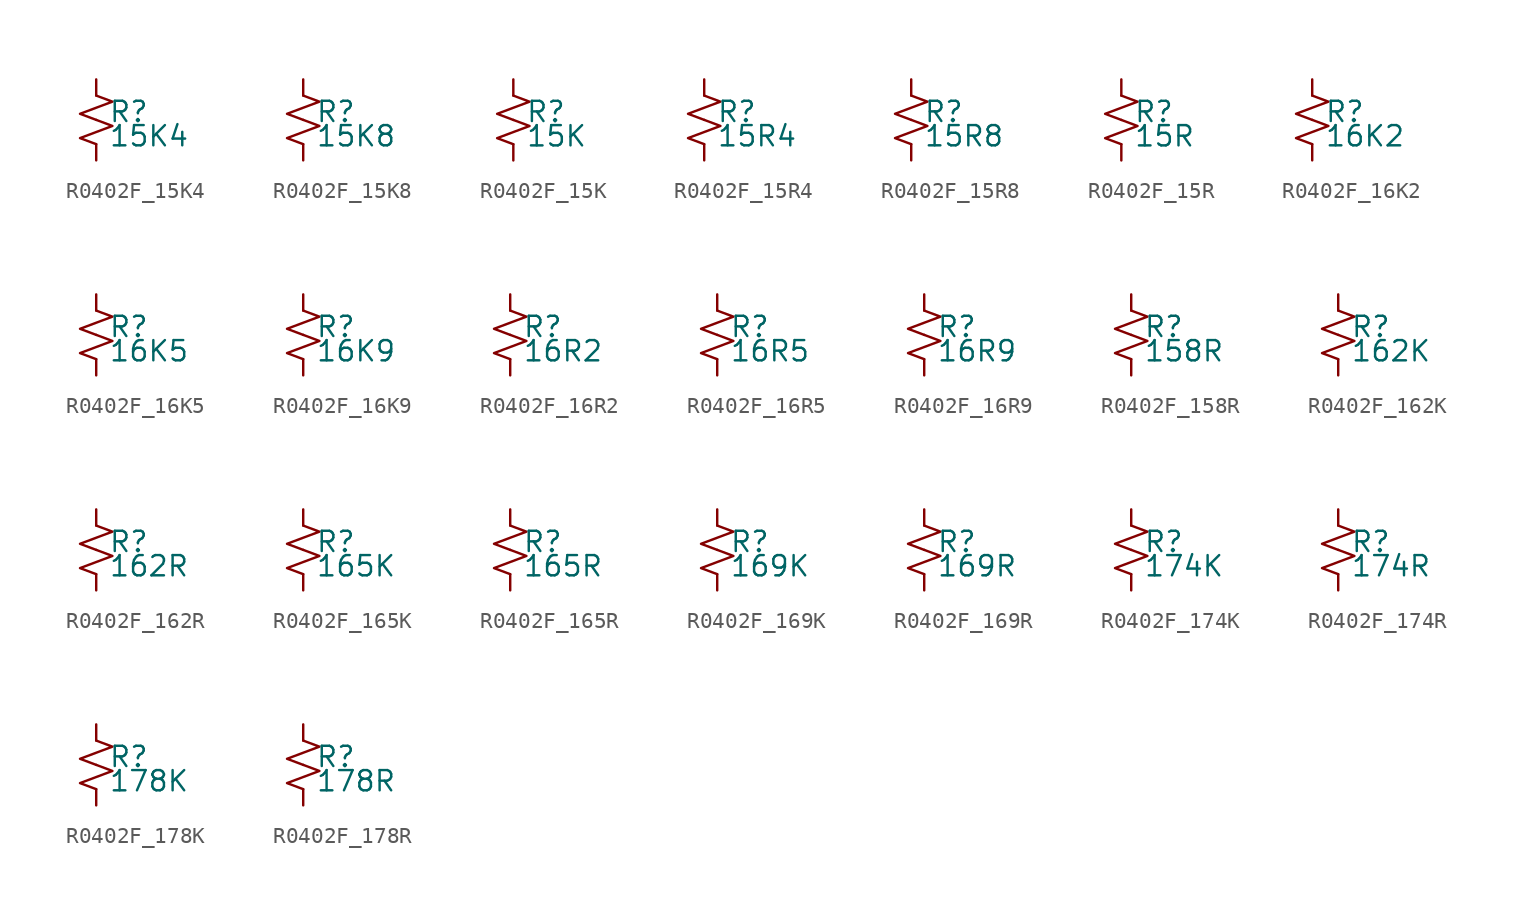
<source format=kicad_sym>
(kicad_symbol_lib
  (version 20220914)
  (generator kicad_symbol_editor)
  (symbol "R0402F_15K4"
    (pin_numbers hide)
    (pin_names
      (offset 0.254) hide)
    (property "Reference" "R"
      (at 0.762 0.508 0)
      (effects (font (size 1.27 1.27)) (justify left)))
    (property "Value" "15K4"
      (at 0.762 -1.016 0)
      (effects (font (size 1.27 1.27)) (justify left)))
    (symbol "R0402F_15K4_1_1"
      (polyline (pts (xy 0 0) (xy 1.016 -0.381) (xy 0 -0.762) (xy -1.016 -1.143) (xy 0 -1.524)) (stroke (width 0) (type default)) (fill (type none)))
      (polyline (pts (xy 0 1.524) (xy 1.016 1.143) (xy 0 0.762) (xy -1.016 0.381) (xy 0 0)) (stroke (width 0) (type default)) (fill (type none)))
      (pin passive line (at 0 2.54 270) (length 1.016) (name "~" (effects (font (size 1.27 1.27)))) (number "1" (effects (font (size 1.27 1.27)))))
      (pin passive line (at 0 -2.54 90) (length 1.016) (name "~" (effects (font (size 1.27 1.27)))) (number "2" (effects (font (size 1.27 1.27)))))))
  (symbol "R0402F_15K8"
    (pin_numbers hide)
    (pin_names
      (offset 0.254) hide)
    (property "Reference" "R"
      (at 0.762 0.508 0)
      (effects (font (size 1.27 1.27)) (justify left)))
    (property "Value" "15K8"
      (at 0.762 -1.016 0)
      (effects (font (size 1.27 1.27)) (justify left)))
    (symbol "R0402F_15K8_1_1"
      (polyline (pts (xy 0 0) (xy 1.016 -0.381) (xy 0 -0.762) (xy -1.016 -1.143) (xy 0 -1.524)) (stroke (width 0) (type default)) (fill (type none)))
      (polyline (pts (xy 0 1.524) (xy 1.016 1.143) (xy 0 0.762) (xy -1.016 0.381) (xy 0 0)) (stroke (width 0) (type default)) (fill (type none)))
      (pin passive line (at 0 2.54 270) (length 1.016) (name "~" (effects (font (size 1.27 1.27)))) (number "1" (effects (font (size 1.27 1.27)))))
      (pin passive line (at 0 -2.54 90) (length 1.016) (name "~" (effects (font (size 1.27 1.27)))) (number "2" (effects (font (size 1.27 1.27)))))))
  (symbol "R0402F_15K"
    (pin_numbers hide)
    (pin_names
      (offset 0.254) hide)
    (property "Reference" "R"
      (at 0.762 0.508 0)
      (effects (font (size 1.27 1.27)) (justify left)))
    (property "Value" "15K"
      (at 0.762 -1.016 0)
      (effects (font (size 1.27 1.27)) (justify left)))
    (symbol "R0402F_15K_1_1"
      (polyline (pts (xy 0 0) (xy 1.016 -0.381) (xy 0 -0.762) (xy -1.016 -1.143) (xy 0 -1.524)) (stroke (width 0) (type default)) (fill (type none)))
      (polyline (pts (xy 0 1.524) (xy 1.016 1.143) (xy 0 0.762) (xy -1.016 0.381) (xy 0 0)) (stroke (width 0) (type default)) (fill (type none)))
      (pin passive line (at 0 2.54 270) (length 1.016) (name "~" (effects (font (size 1.27 1.27)))) (number "1" (effects (font (size 1.27 1.27)))))
      (pin passive line (at 0 -2.54 90) (length 1.016) (name "~" (effects (font (size 1.27 1.27)))) (number "2" (effects (font (size 1.27 1.27)))))))
  (symbol "R0402F_15R4"
    (pin_numbers hide)
    (pin_names
      (offset 0.254) hide)
    (property "Reference" "R"
      (at 0.762 0.508 0)
      (effects (font (size 1.27 1.27)) (justify left)))
    (property "Value" "15R4"
      (at 0.762 -1.016 0)
      (effects (font (size 1.27 1.27)) (justify left)))
    (symbol "R0402F_15R4_1_1"
      (polyline (pts (xy 0 0) (xy 1.016 -0.381) (xy 0 -0.762) (xy -1.016 -1.143) (xy 0 -1.524)) (stroke (width 0) (type default)) (fill (type none)))
      (polyline (pts (xy 0 1.524) (xy 1.016 1.143) (xy 0 0.762) (xy -1.016 0.381) (xy 0 0)) (stroke (width 0) (type default)) (fill (type none)))
      (pin passive line (at 0 2.54 270) (length 1.016) (name "~" (effects (font (size 1.27 1.27)))) (number "1" (effects (font (size 1.27 1.27)))))
      (pin passive line (at 0 -2.54 90) (length 1.016) (name "~" (effects (font (size 1.27 1.27)))) (number "2" (effects (font (size 1.27 1.27)))))))
  (symbol "R0402F_15R8"
    (pin_numbers hide)
    (pin_names
      (offset 0.254) hide)
    (property "Reference" "R"
      (at 0.762 0.508 0)
      (effects (font (size 1.27 1.27)) (justify left)))
    (property "Value" "15R8"
      (at 0.762 -1.016 0)
      (effects (font (size 1.27 1.27)) (justify left)))
    (symbol "R0402F_15R8_1_1"
      (polyline (pts (xy 0 0) (xy 1.016 -0.381) (xy 0 -0.762) (xy -1.016 -1.143) (xy 0 -1.524)) (stroke (width 0) (type default)) (fill (type none)))
      (polyline (pts (xy 0 1.524) (xy 1.016 1.143) (xy 0 0.762) (xy -1.016 0.381) (xy 0 0)) (stroke (width 0) (type default)) (fill (type none)))
      (pin passive line (at 0 2.54 270) (length 1.016) (name "~" (effects (font (size 1.27 1.27)))) (number "1" (effects (font (size 1.27 1.27)))))
      (pin passive line (at 0 -2.54 90) (length 1.016) (name "~" (effects (font (size 1.27 1.27)))) (number "2" (effects (font (size 1.27 1.27)))))))
  (symbol "R0402F_15R"
    (pin_numbers hide)
    (pin_names
      (offset 0.254) hide)
    (property "Reference" "R"
      (at 0.762 0.508 0)
      (effects (font (size 1.27 1.27)) (justify left)))
    (property "Value" "15R"
      (at 0.762 -1.016 0)
      (effects (font (size 1.27 1.27)) (justify left)))
    (symbol "R0402F_15R_1_1"
      (polyline (pts (xy 0 0) (xy 1.016 -0.381) (xy 0 -0.762) (xy -1.016 -1.143) (xy 0 -1.524)) (stroke (width 0) (type default)) (fill (type none)))
      (polyline (pts (xy 0 1.524) (xy 1.016 1.143) (xy 0 0.762) (xy -1.016 0.381) (xy 0 0)) (stroke (width 0) (type default)) (fill (type none)))
      (pin passive line (at 0 2.54 270) (length 1.016) (name "~" (effects (font (size 1.27 1.27)))) (number "1" (effects (font (size 1.27 1.27)))))
      (pin passive line (at 0 -2.54 90) (length 1.016) (name "~" (effects (font (size 1.27 1.27)))) (number "2" (effects (font (size 1.27 1.27)))))))
  (symbol "R0402F_16K2"
    (pin_numbers hide)
    (pin_names
      (offset 0.254) hide)
    (property "Reference" "R"
      (at 0.762 0.508 0)
      (effects (font (size 1.27 1.27)) (justify left)))
    (property "Value" "16K2"
      (at 0.762 -1.016 0)
      (effects (font (size 1.27 1.27)) (justify left)))
    (symbol "R0402F_16K2_1_1"
      (polyline (pts (xy 0 0) (xy 1.016 -0.381) (xy 0 -0.762) (xy -1.016 -1.143) (xy 0 -1.524)) (stroke (width 0) (type default)) (fill (type none)))
      (polyline (pts (xy 0 1.524) (xy 1.016 1.143) (xy 0 0.762) (xy -1.016 0.381) (xy 0 0)) (stroke (width 0) (type default)) (fill (type none)))
      (pin passive line (at 0 2.54 270) (length 1.016) (name "~" (effects (font (size 1.27 1.27)))) (number "1" (effects (font (size 1.27 1.27)))))
      (pin passive line (at 0 -2.54 90) (length 1.016) (name "~" (effects (font (size 1.27 1.27)))) (number "2" (effects (font (size 1.27 1.27)))))))
  (symbol "R0402F_16K5"
    (pin_numbers hide)
    (pin_names
      (offset 0.254) hide)
    (property "Reference" "R"
      (at 0.762 0.508 0)
      (effects (font (size 1.27 1.27)) (justify left)))
    (property "Value" "16K5"
      (at 0.762 -1.016 0)
      (effects (font (size 1.27 1.27)) (justify left)))
    (symbol "R0402F_16K5_1_1"
      (polyline (pts (xy 0 0) (xy 1.016 -0.381) (xy 0 -0.762) (xy -1.016 -1.143) (xy 0 -1.524)) (stroke (width 0) (type default)) (fill (type none)))
      (polyline (pts (xy 0 1.524) (xy 1.016 1.143) (xy 0 0.762) (xy -1.016 0.381) (xy 0 0)) (stroke (width 0) (type default)) (fill (type none)))
      (pin passive line (at 0 2.54 270) (length 1.016) (name "~" (effects (font (size 1.27 1.27)))) (number "1" (effects (font (size 1.27 1.27)))))
      (pin passive line (at 0 -2.54 90) (length 1.016) (name "~" (effects (font (size 1.27 1.27)))) (number "2" (effects (font (size 1.27 1.27)))))))
  (symbol "R0402F_16K9"
    (pin_numbers hide)
    (pin_names
      (offset 0.254) hide)
    (property "Reference" "R"
      (at 0.762 0.508 0)
      (effects (font (size 1.27 1.27)) (justify left)))
    (property "Value" "16K9"
      (at 0.762 -1.016 0)
      (effects (font (size 1.27 1.27)) (justify left)))
    (symbol "R0402F_16K9_1_1"
      (polyline (pts (xy 0 0) (xy 1.016 -0.381) (xy 0 -0.762) (xy -1.016 -1.143) (xy 0 -1.524)) (stroke (width 0) (type default)) (fill (type none)))
      (polyline (pts (xy 0 1.524) (xy 1.016 1.143) (xy 0 0.762) (xy -1.016 0.381) (xy 0 0)) (stroke (width 0) (type default)) (fill (type none)))
      (pin passive line (at 0 2.54 270) (length 1.016) (name "~" (effects (font (size 1.27 1.27)))) (number "1" (effects (font (size 1.27 1.27)))))
      (pin passive line (at 0 -2.54 90) (length 1.016) (name "~" (effects (font (size 1.27 1.27)))) (number "2" (effects (font (size 1.27 1.27)))))))
  (symbol "R0402F_16R2"
    (pin_numbers hide)
    (pin_names
      (offset 0.254) hide)
    (property "Reference" "R"
      (at 0.762 0.508 0)
      (effects (font (size 1.27 1.27)) (justify left)))
    (property "Value" "16R2"
      (at 0.762 -1.016 0)
      (effects (font (size 1.27 1.27)) (justify left)))
    (symbol "R0402F_16R2_1_1"
      (polyline (pts (xy 0 0) (xy 1.016 -0.381) (xy 0 -0.762) (xy -1.016 -1.143) (xy 0 -1.524)) (stroke (width 0) (type default)) (fill (type none)))
      (polyline (pts (xy 0 1.524) (xy 1.016 1.143) (xy 0 0.762) (xy -1.016 0.381) (xy 0 0)) (stroke (width 0) (type default)) (fill (type none)))
      (pin passive line (at 0 2.54 270) (length 1.016) (name "~" (effects (font (size 1.27 1.27)))) (number "1" (effects (font (size 1.27 1.27)))))
      (pin passive line (at 0 -2.54 90) (length 1.016) (name "~" (effects (font (size 1.27 1.27)))) (number "2" (effects (font (size 1.27 1.27)))))))
  (symbol "R0402F_16R5"
    (pin_numbers hide)
    (pin_names
      (offset 0.254) hide)
    (property "Reference" "R"
      (at 0.762 0.508 0)
      (effects (font (size 1.27 1.27)) (justify left)))
    (property "Value" "16R5"
      (at 0.762 -1.016 0)
      (effects (font (size 1.27 1.27)) (justify left)))
    (symbol "R0402F_16R5_1_1"
      (polyline (pts (xy 0 0) (xy 1.016 -0.381) (xy 0 -0.762) (xy -1.016 -1.143) (xy 0 -1.524)) (stroke (width 0) (type default)) (fill (type none)))
      (polyline (pts (xy 0 1.524) (xy 1.016 1.143) (xy 0 0.762) (xy -1.016 0.381) (xy 0 0)) (stroke (width 0) (type default)) (fill (type none)))
      (pin passive line (at 0 2.54 270) (length 1.016) (name "~" (effects (font (size 1.27 1.27)))) (number "1" (effects (font (size 1.27 1.27)))))
      (pin passive line (at 0 -2.54 90) (length 1.016) (name "~" (effects (font (size 1.27 1.27)))) (number "2" (effects (font (size 1.27 1.27)))))))
  (symbol "R0402F_16R9"
    (pin_numbers hide)
    (pin_names
      (offset 0.254) hide)
    (property "Reference" "R"
      (at 0.762 0.508 0)
      (effects (font (size 1.27 1.27)) (justify left)))
    (property "Value" "16R9"
      (at 0.762 -1.016 0)
      (effects (font (size 1.27 1.27)) (justify left)))
    (symbol "R0402F_16R9_1_1"
      (polyline (pts (xy 0 0) (xy 1.016 -0.381) (xy 0 -0.762) (xy -1.016 -1.143) (xy 0 -1.524)) (stroke (width 0) (type default)) (fill (type none)))
      (polyline (pts (xy 0 1.524) (xy 1.016 1.143) (xy 0 0.762) (xy -1.016 0.381) (xy 0 0)) (stroke (width 0) (type default)) (fill (type none)))
      (pin passive line (at 0 2.54 270) (length 1.016) (name "~" (effects (font (size 1.27 1.27)))) (number "1" (effects (font (size 1.27 1.27)))))
      (pin passive line (at 0 -2.54 90) (length 1.016) (name "~" (effects (font (size 1.27 1.27)))) (number "2" (effects (font (size 1.27 1.27)))))))
  (symbol "R0402F_158R"
    (pin_numbers hide)
    (pin_names
      (offset 0.254) hide)
    (property "Reference" "R"
      (at 0.762 0.508 0)
      (effects (font (size 1.27 1.27)) (justify left)))
    (property "Value" "158R"
      (at 0.762 -1.016 0)
      (effects (font (size 1.27 1.27)) (justify left)))
    (symbol "R0402F_158R_1_1"
      (polyline (pts (xy 0 0) (xy 1.016 -0.381) (xy 0 -0.762) (xy -1.016 -1.143) (xy 0 -1.524)) (stroke (width 0) (type default)) (fill (type none)))
      (polyline (pts (xy 0 1.524) (xy 1.016 1.143) (xy 0 0.762) (xy -1.016 0.381) (xy 0 0)) (stroke (width 0) (type default)) (fill (type none)))
      (pin passive line (at 0 2.54 270) (length 1.016) (name "~" (effects (font (size 1.27 1.27)))) (number "1" (effects (font (size 1.27 1.27)))))
      (pin passive line (at 0 -2.54 90) (length 1.016) (name "~" (effects (font (size 1.27 1.27)))) (number "2" (effects (font (size 1.27 1.27)))))))
  (symbol "R0402F_162K"
    (pin_numbers hide)
    (pin_names
      (offset 0.254) hide)
    (property "Reference" "R"
      (at 0.762 0.508 0)
      (effects (font (size 1.27 1.27)) (justify left)))
    (property "Value" "162K"
      (at 0.762 -1.016 0)
      (effects (font (size 1.27 1.27)) (justify left)))
    (symbol "R0402F_162K_1_1"
      (polyline (pts (xy 0 0) (xy 1.016 -0.381) (xy 0 -0.762) (xy -1.016 -1.143) (xy 0 -1.524)) (stroke (width 0) (type default)) (fill (type none)))
      (polyline (pts (xy 0 1.524) (xy 1.016 1.143) (xy 0 0.762) (xy -1.016 0.381) (xy 0 0)) (stroke (width 0) (type default)) (fill (type none)))
      (pin passive line (at 0 2.54 270) (length 1.016) (name "~" (effects (font (size 1.27 1.27)))) (number "1" (effects (font (size 1.27 1.27)))))
      (pin passive line (at 0 -2.54 90) (length 1.016) (name "~" (effects (font (size 1.27 1.27)))) (number "2" (effects (font (size 1.27 1.27)))))))
  (symbol "R0402F_162R"
    (pin_numbers hide)
    (pin_names
      (offset 0.254) hide)
    (property "Reference" "R"
      (at 0.762 0.508 0)
      (effects (font (size 1.27 1.27)) (justify left)))
    (property "Value" "162R"
      (at 0.762 -1.016 0)
      (effects (font (size 1.27 1.27)) (justify left)))
    (symbol "R0402F_162R_1_1"
      (polyline (pts (xy 0 0) (xy 1.016 -0.381) (xy 0 -0.762) (xy -1.016 -1.143) (xy 0 -1.524)) (stroke (width 0) (type default)) (fill (type none)))
      (polyline (pts (xy 0 1.524) (xy 1.016 1.143) (xy 0 0.762) (xy -1.016 0.381) (xy 0 0)) (stroke (width 0) (type default)) (fill (type none)))
      (pin passive line (at 0 2.54 270) (length 1.016) (name "~" (effects (font (size 1.27 1.27)))) (number "1" (effects (font (size 1.27 1.27)))))
      (pin passive line (at 0 -2.54 90) (length 1.016) (name "~" (effects (font (size 1.27 1.27)))) (number "2" (effects (font (size 1.27 1.27)))))))
  (symbol "R0402F_165K"
    (pin_numbers hide)
    (pin_names
      (offset 0.254) hide)
    (property "Reference" "R"
      (at 0.762 0.508 0)
      (effects (font (size 1.27 1.27)) (justify left)))
    (property "Value" "165K"
      (at 0.762 -1.016 0)
      (effects (font (size 1.27 1.27)) (justify left)))
    (symbol "R0402F_165K_1_1"
      (polyline (pts (xy 0 0) (xy 1.016 -0.381) (xy 0 -0.762) (xy -1.016 -1.143) (xy 0 -1.524)) (stroke (width 0) (type default)) (fill (type none)))
      (polyline (pts (xy 0 1.524) (xy 1.016 1.143) (xy 0 0.762) (xy -1.016 0.381) (xy 0 0)) (stroke (width 0) (type default)) (fill (type none)))
      (pin passive line (at 0 2.54 270) (length 1.016) (name "~" (effects (font (size 1.27 1.27)))) (number "1" (effects (font (size 1.27 1.27)))))
      (pin passive line (at 0 -2.54 90) (length 1.016) (name "~" (effects (font (size 1.27 1.27)))) (number "2" (effects (font (size 1.27 1.27)))))))
  (symbol "R0402F_165R"
    (pin_numbers hide)
    (pin_names
      (offset 0.254) hide)
    (property "Reference" "R"
      (at 0.762 0.508 0)
      (effects (font (size 1.27 1.27)) (justify left)))
    (property "Value" "165R"
      (at 0.762 -1.016 0)
      (effects (font (size 1.27 1.27)) (justify left)))
    (symbol "R0402F_165R_1_1"
      (polyline (pts (xy 0 0) (xy 1.016 -0.381) (xy 0 -0.762) (xy -1.016 -1.143) (xy 0 -1.524)) (stroke (width 0) (type default)) (fill (type none)))
      (polyline (pts (xy 0 1.524) (xy 1.016 1.143) (xy 0 0.762) (xy -1.016 0.381) (xy 0 0)) (stroke (width 0) (type default)) (fill (type none)))
      (pin passive line (at 0 2.54 270) (length 1.016) (name "~" (effects (font (size 1.27 1.27)))) (number "1" (effects (font (size 1.27 1.27)))))
      (pin passive line (at 0 -2.54 90) (length 1.016) (name "~" (effects (font (size 1.27 1.27)))) (number "2" (effects (font (size 1.27 1.27)))))))
  (symbol "R0402F_169K"
    (pin_numbers hide)
    (pin_names
      (offset 0.254) hide)
    (property "Reference" "R"
      (at 0.762 0.508 0)
      (effects (font (size 1.27 1.27)) (justify left)))
    (property "Value" "169K"
      (at 0.762 -1.016 0)
      (effects (font (size 1.27 1.27)) (justify left)))
    (symbol "R0402F_169K_1_1"
      (polyline (pts (xy 0 0) (xy 1.016 -0.381) (xy 0 -0.762) (xy -1.016 -1.143) (xy 0 -1.524)) (stroke (width 0) (type default)) (fill (type none)))
      (polyline (pts (xy 0 1.524) (xy 1.016 1.143) (xy 0 0.762) (xy -1.016 0.381) (xy 0 0)) (stroke (width 0) (type default)) (fill (type none)))
      (pin passive line (at 0 2.54 270) (length 1.016) (name "~" (effects (font (size 1.27 1.27)))) (number "1" (effects (font (size 1.27 1.27)))))
      (pin passive line (at 0 -2.54 90) (length 1.016) (name "~" (effects (font (size 1.27 1.27)))) (number "2" (effects (font (size 1.27 1.27)))))))
  (symbol "R0402F_169R"
    (pin_numbers hide)
    (pin_names
      (offset 0.254) hide)
    (property "Reference" "R"
      (at 0.762 0.508 0)
      (effects (font (size 1.27 1.27)) (justify left)))
    (property "Value" "169R"
      (at 0.762 -1.016 0)
      (effects (font (size 1.27 1.27)) (justify left)))
    (symbol "R0402F_169R_1_1"
      (polyline (pts (xy 0 0) (xy 1.016 -0.381) (xy 0 -0.762) (xy -1.016 -1.143) (xy 0 -1.524)) (stroke (width 0) (type default)) (fill (type none)))
      (polyline (pts (xy 0 1.524) (xy 1.016 1.143) (xy 0 0.762) (xy -1.016 0.381) (xy 0 0)) (stroke (width 0) (type default)) (fill (type none)))
      (pin passive line (at 0 2.54 270) (length 1.016) (name "~" (effects (font (size 1.27 1.27)))) (number "1" (effects (font (size 1.27 1.27)))))
      (pin passive line (at 0 -2.54 90) (length 1.016) (name "~" (effects (font (size 1.27 1.27)))) (number "2" (effects (font (size 1.27 1.27)))))))
  (symbol "R0402F_174K"
    (pin_numbers hide)
    (pin_names
      (offset 0.254) hide)
    (property "Reference" "R"
      (at 0.762 0.508 0)
      (effects (font (size 1.27 1.27)) (justify left)))
    (property "Value" "174K"
      (at 0.762 -1.016 0)
      (effects (font (size 1.27 1.27)) (justify left)))
    (symbol "R0402F_174K_1_1"
      (polyline (pts (xy 0 0) (xy 1.016 -0.381) (xy 0 -0.762) (xy -1.016 -1.143) (xy 0 -1.524)) (stroke (width 0) (type default)) (fill (type none)))
      (polyline (pts (xy 0 1.524) (xy 1.016 1.143) (xy 0 0.762) (xy -1.016 0.381) (xy 0 0)) (stroke (width 0) (type default)) (fill (type none)))
      (pin passive line (at 0 2.54 270) (length 1.016) (name "~" (effects (font (size 1.27 1.27)))) (number "1" (effects (font (size 1.27 1.27)))))
      (pin passive line (at 0 -2.54 90) (length 1.016) (name "~" (effects (font (size 1.27 1.27)))) (number "2" (effects (font (size 1.27 1.27)))))))
  (symbol "R0402F_174R"
    (pin_numbers hide)
    (pin_names
      (offset 0.254) hide)
    (property "Reference" "R"
      (at 0.762 0.508 0)
      (effects (font (size 1.27 1.27)) (justify left)))
    (property "Value" "174R"
      (at 0.762 -1.016 0)
      (effects (font (size 1.27 1.27)) (justify left)))
    (symbol "R0402F_174R_1_1"
      (polyline (pts (xy 0 0) (xy 1.016 -0.381) (xy 0 -0.762) (xy -1.016 -1.143) (xy 0 -1.524)) (stroke (width 0) (type default)) (fill (type none)))
      (polyline (pts (xy 0 1.524) (xy 1.016 1.143) (xy 0 0.762) (xy -1.016 0.381) (xy 0 0)) (stroke (width 0) (type default)) (fill (type none)))
      (pin passive line (at 0 2.54 270) (length 1.016) (name "~" (effects (font (size 1.27 1.27)))) (number "1" (effects (font (size 1.27 1.27)))))
      (pin passive line (at 0 -2.54 90) (length 1.016) (name "~" (effects (font (size 1.27 1.27)))) (number "2" (effects (font (size 1.27 1.27)))))))
  (symbol "R0402F_178K"
    (pin_numbers hide)
    (pin_names
      (offset 0.254) hide)
    (property "Reference" "R"
      (at 0.762 0.508 0)
      (effects (font (size 1.27 1.27)) (justify left)))
    (property "Value" "178K"
      (at 0.762 -1.016 0)
      (effects (font (size 1.27 1.27)) (justify left)))
    (symbol "R0402F_178K_1_1"
      (polyline (pts (xy 0 0) (xy 1.016 -0.381) (xy 0 -0.762) (xy -1.016 -1.143) (xy 0 -1.524)) (stroke (width 0) (type default)) (fill (type none)))
      (polyline (pts (xy 0 1.524) (xy 1.016 1.143) (xy 0 0.762) (xy -1.016 0.381) (xy 0 0)) (stroke (width 0) (type default)) (fill (type none)))
      (pin passive line (at 0 2.54 270) (length 1.016) (name "~" (effects (font (size 1.27 1.27)))) (number "1" (effects (font (size 1.27 1.27)))))
      (pin passive line (at 0 -2.54 90) (length 1.016) (name "~" (effects (font (size 1.27 1.27)))) (number "2" (effects (font (size 1.27 1.27)))))))
  (symbol "R0402F_178R"
    (pin_numbers hide)
    (pin_names
      (offset 0.254) hide)
    (property "Reference" "R"
      (at 0.762 0.508 0)
      (effects (font (size 1.27 1.27)) (justify left)))
    (property "Value" "178R"
      (at 0.762 -1.016 0)
      (effects (font (size 1.27 1.27)) (justify left)))
    (symbol "R0402F_178R_1_1"
      (polyline (pts (xy 0 0) (xy 1.016 -0.381) (xy 0 -0.762) (xy -1.016 -1.143) (xy 0 -1.524)) (stroke (width 0) (type default)) (fill (type none)))
      (polyline (pts (xy 0 1.524) (xy 1.016 1.143) (xy 0 0.762) (xy -1.016 0.381) (xy 0 0)) (stroke (width 0) (type default)) (fill (type none)))
      (pin passive line (at 0 2.54 270) (length 1.016) (name "~" (effects (font (size 1.27 1.27)))) (number "1" (effects (font (size 1.27 1.27)))))
      (pin passive line (at 0 -2.54 90) (length 1.016) (name "~" (effects (font (size 1.27 1.27)))) (number "2" (effects (font (size 1.27 1.27))))))))
</source>
